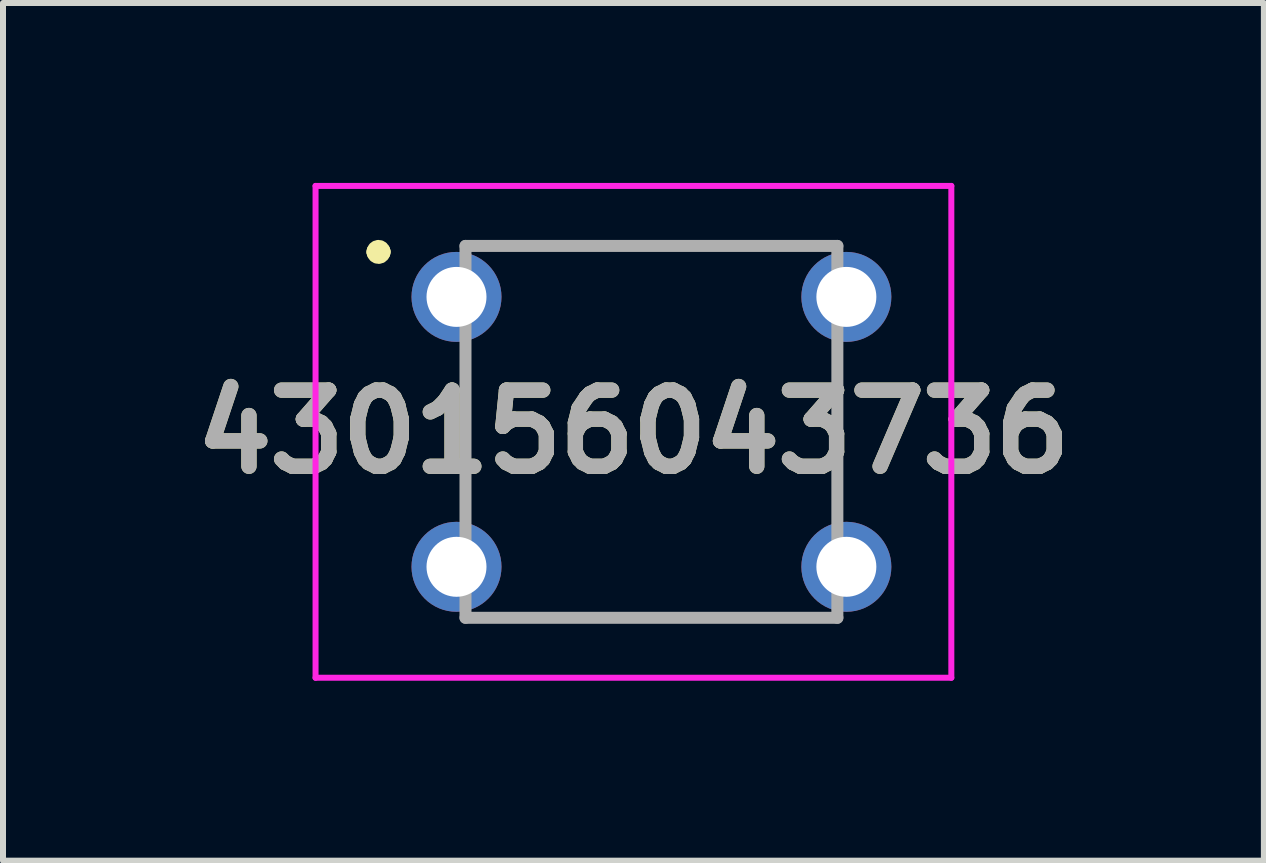
<source format=kicad_pcb>
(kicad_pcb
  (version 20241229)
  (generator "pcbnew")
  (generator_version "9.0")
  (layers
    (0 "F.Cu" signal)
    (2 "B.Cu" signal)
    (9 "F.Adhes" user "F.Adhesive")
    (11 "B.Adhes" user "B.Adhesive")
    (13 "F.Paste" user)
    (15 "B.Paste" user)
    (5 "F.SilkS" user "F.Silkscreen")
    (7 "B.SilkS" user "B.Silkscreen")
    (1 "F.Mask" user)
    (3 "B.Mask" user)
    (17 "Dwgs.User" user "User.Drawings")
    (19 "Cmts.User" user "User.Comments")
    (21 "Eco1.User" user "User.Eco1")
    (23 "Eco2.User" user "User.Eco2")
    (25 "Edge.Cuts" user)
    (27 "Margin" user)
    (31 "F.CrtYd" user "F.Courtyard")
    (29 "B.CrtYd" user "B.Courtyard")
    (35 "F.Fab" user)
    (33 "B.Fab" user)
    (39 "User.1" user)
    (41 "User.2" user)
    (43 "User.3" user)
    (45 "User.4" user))
  (footprint "430156043736"
    (layer "F.Cu")
    (at 4.561 1.9)
    (property "Reference" "430156043736" (at 2.95 2.25 0) (layer "F.SilkS") (effects (font (size 1.27 1.27) (thickness 0.254))))
    (attr through_hole)
    (fp_line (start -1.35 -0.75) (end -1.35 -0.75) (stroke (width 0.3) (type solid)) (layer "F.SilkS"))
    (fp_line (start -1.25 -0.75) (end -1.25 -0.75) (stroke (width 0.3) (type solid)) (layer "F.SilkS"))
    (fp_line (start 0.15 1.25) (end 0.15 3.25) (stroke (width 0.1) (type solid)) (layer "F.SilkS"))
    (fp_line (start 0.75 -0.85) (end 5.75 -0.85) (stroke (width 0.1) (type solid)) (layer "F.SilkS"))
    (fp_line (start 0.75 5.35) (end 5.75 5.35) (stroke (width 0.1) (type solid)) (layer "F.SilkS"))
    (fp_line (start 6.35 1.25) (end 6.35 3.25) (stroke (width 0.1) (type solid)) (layer "F.SilkS"))
    (fp_arc (start -1.35 -0.75) (mid -1.3 -0.8) (end -1.25 -0.75) (stroke (width 0.3) (type solid)) (layer "F.SilkS"))
    (fp_arc (start -1.25 -0.75) (mid -1.3 -0.7) (end -1.35 -0.75) (stroke (width 0.3) (type solid)) (layer "F.SilkS"))
    (fp_line (start -2.35 -1.85) (end 8.25 -1.85) (stroke (width 0.1) (type solid)) (layer "F.CrtYd"))
    (fp_line (start -2.35 6.35) (end -2.35 -1.85) (stroke (width 0.1) (type solid)) (layer "F.CrtYd"))
    (fp_line (start 8.25 -1.85) (end 8.25 6.35) (stroke (width 0.1) (type solid)) (layer "F.CrtYd"))
    (fp_line (start 8.25 6.35) (end -2.35 6.35) (stroke (width 0.1) (type solid)) (layer "F.CrtYd"))
    (fp_line (start 0.15 -0.85) (end 6.35 -0.85) (stroke (width 0.2) (type solid)) (layer "F.Fab"))
    (fp_line (start 0.15 5.35) (end 0.15 -0.85) (stroke (width 0.2) (type solid)) (layer "F.Fab"))
    (fp_line (start 6.35 -0.85) (end 6.35 5.35) (stroke (width 0.2) (type solid)) (layer "F.Fab"))
    (fp_line (start 6.35 5.35) (end 0.15 5.35) (stroke (width 0.2) (type solid)) (layer "F.Fab"))
    (fp_text user "${REFERENCE}" (at 2.95 2.25 0) (layer "F.Fab") (effects (font (size 1.27 1.27) (thickness 0.254))))
    (pad "1" thru_hole circle (at 0 0) (size 1.5 1.5) (drill 1) (layers "*.Cu" "*.Mask"))
    (pad "2" thru_hole circle (at 0 4.5) (size 1.5 1.5) (drill 1) (layers "*.Cu" "*.Mask"))
    (pad "3" thru_hole circle (at 6.5 0) (size 1.5 1.5) (drill 1) (layers "*.Cu" "*.Mask"))
    (pad "4" thru_hole circle (at 6.5 4.5) (size 1.5 1.5) (drill 1) (layers "*.Cu" "*.Mask")))
  (gr_rect
    (start -3 -3)
    (end 18.022 11.3)
    (stroke (width 0.1) (type default))
    (fill no)
    (layer "Edge.Cuts")))
</source>
